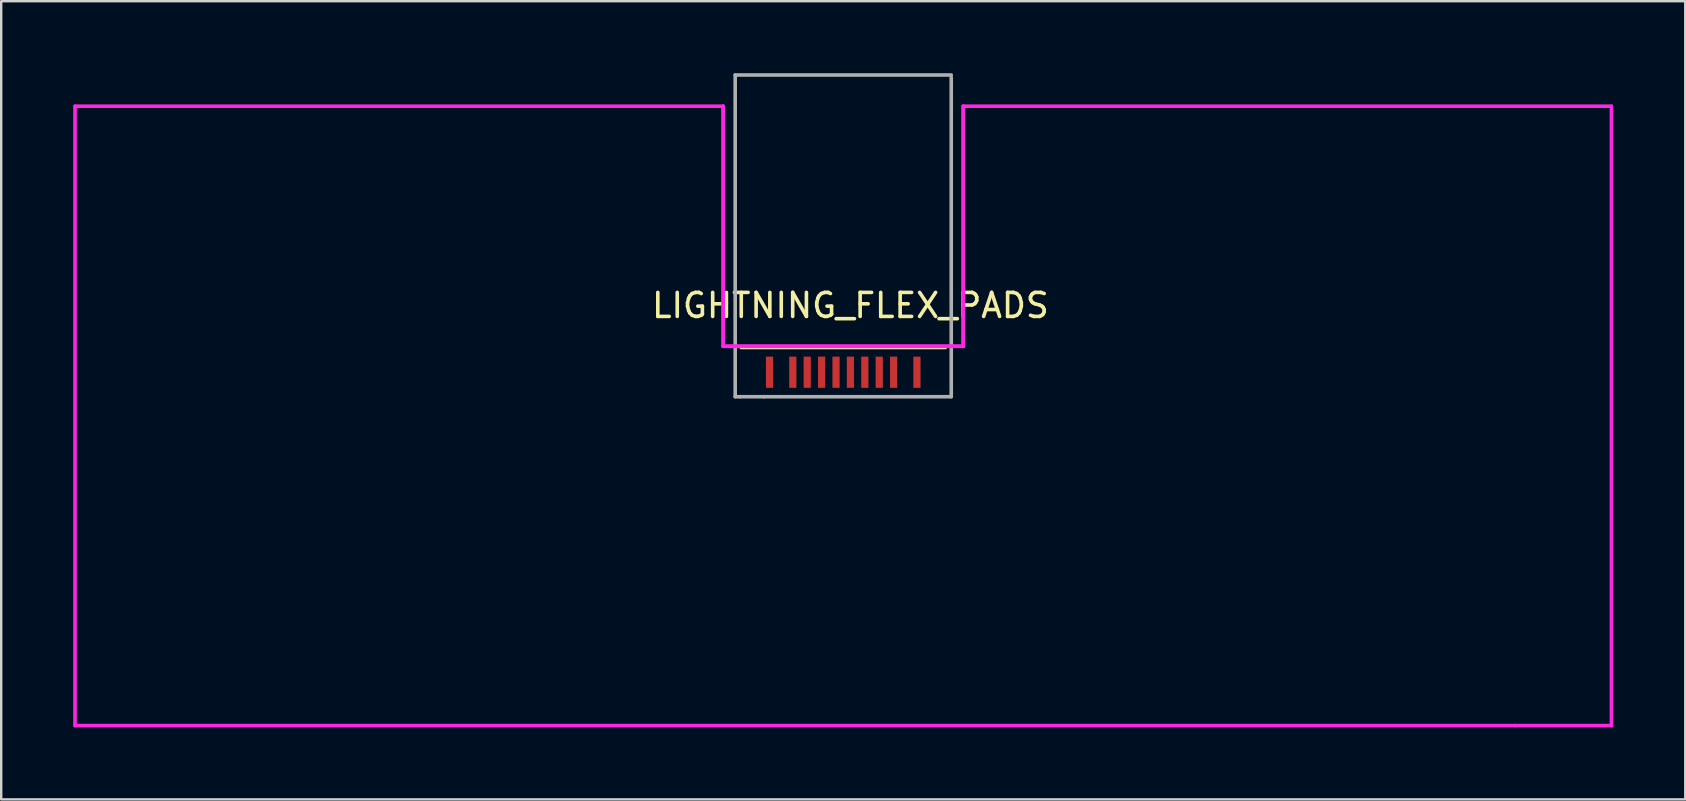
<source format=kicad_pcb>
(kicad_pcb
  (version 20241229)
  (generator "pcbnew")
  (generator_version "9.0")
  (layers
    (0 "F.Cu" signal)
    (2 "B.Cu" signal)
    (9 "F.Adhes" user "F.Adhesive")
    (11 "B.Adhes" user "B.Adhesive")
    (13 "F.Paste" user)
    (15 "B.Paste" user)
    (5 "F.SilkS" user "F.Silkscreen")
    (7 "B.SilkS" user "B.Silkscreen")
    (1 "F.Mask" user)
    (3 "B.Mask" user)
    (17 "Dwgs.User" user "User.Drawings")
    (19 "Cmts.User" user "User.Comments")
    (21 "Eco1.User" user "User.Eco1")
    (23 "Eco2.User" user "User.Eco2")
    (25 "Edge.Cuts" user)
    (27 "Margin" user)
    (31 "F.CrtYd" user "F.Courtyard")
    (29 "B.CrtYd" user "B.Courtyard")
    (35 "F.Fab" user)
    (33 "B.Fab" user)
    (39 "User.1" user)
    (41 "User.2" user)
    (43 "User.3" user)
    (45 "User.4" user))
  (footprint "LIGHTNING_FLEX_PADS"
    (layer "F.Cu")
    (at 32.075 9.175)
    (property "Reference" "LIGHTNING_FLEX_PADS" (at 0.3 0.5 0) (layer "F.SilkS") (effects (font (size 1 1) (thickness 0.15))))
    (attr through_hole)
    (fp_line (start 4.25 2.25) (end -4.25 2.25) (stroke (width 0.15) (type solid)) (layer "F.SilkS"))
    (fp_line (start -32 -7.8) (end -32 18) (stroke (width 0.15) (type solid)) (layer "F.CrtYd"))
    (fp_line (start -32 18) (end 28 18) (stroke (width 0.15) (type solid)) (layer "F.CrtYd"))
    (fp_line (start -5 -7.8) (end -32 -7.8) (stroke (width 0.15) (type solid)) (layer "F.CrtYd"))
    (fp_line (start -5 2.2) (end -5 -7.8) (stroke (width 0.15) (type solid)) (layer "F.CrtYd"))
    (fp_line (start -5 2.2) (end -5 -7.8) (stroke (width 0.15) (type solid)) (layer "F.CrtYd"))
    (fp_line (start 5 -7.8) (end 32 -7.8) (stroke (width 0.15) (type solid)) (layer "F.CrtYd"))
    (fp_line (start 5 2.2) (end -5 2.2) (stroke (width 0.15) (type solid)) (layer "F.CrtYd"))
    (fp_line (start 5 2.2) (end -5 2.2) (stroke (width 0.15) (type solid)) (layer "F.CrtYd"))
    (fp_line (start 5 2.2) (end 5 -7.8) (stroke (width 0.15) (type solid)) (layer "F.CrtYd"))
    (fp_line (start 5 2.2) (end 5 -7.8) (stroke (width 0.15) (type solid)) (layer "F.CrtYd"))
    (fp_line (start 28 18) (end 32 18) (stroke (width 0.15) (type solid)) (layer "F.CrtYd"))
    (fp_line (start 32 -7.8) (end 32 18) (stroke (width 0.15) (type solid)) (layer "F.CrtYd"))
    (fp_line (start -4.5 -9.1) (end 4.5 -9.1) (stroke (width 0.15) (type solid)) (layer "F.Fab"))
    (fp_line (start -4.5 4.3) (end -4.5 -9.1) (stroke (width 0.15) (type solid)) (layer "F.Fab"))
    (fp_line (start -4.3 4.3) (end -4.5 4.3) (stroke (width 0.15) (type solid)) (layer "F.Fab"))
    (fp_line (start -3.3 4.3) (end -4.3 4.3) (stroke (width 0.15) (type solid)) (layer "F.Fab"))
    (fp_line (start -3.3 4.3) (end 4.5 4.3) (stroke (width 0.15) (type solid)) (layer "F.Fab"))
    (fp_line (start 4.5 4.3) (end 4.5 -9) (stroke (width 0.15) (type solid)) (layer "F.Fab"))
    (pad "1" smd rect (at -3.07 3.28) (size 0.3 1.3) (layers "F.Cu" "F.Mask" "F.Paste"))
    (pad "2" smd rect (at -2.1 3.28) (size 0.3 1.3) (layers "F.Cu" "F.Mask" "F.Paste"))
    (pad "3" smd rect (at -1.5 3.28) (size 0.3 1.3) (layers "F.Cu" "F.Mask" "F.Paste"))
    (pad "4" smd rect (at -0.9 3.28) (size 0.3 1.3) (layers "F.Cu" "F.Mask" "F.Paste"))
    (pad "5" smd rect (at -0.3 3.28) (size 0.3 1.3) (layers "F.Cu" "F.Mask" "F.Paste"))
    (pad "6" smd rect (at 0.3 3.28) (size 0.3 1.3) (layers "F.Cu" "F.Mask" "F.Paste"))
    (pad "7" smd rect (at 0.9 3.28) (size 0.3 1.3) (layers "F.Cu" "F.Mask" "F.Paste"))
    (pad "8" smd rect (at 1.5 3.28) (size 0.3 1.3) (layers "F.Cu" "F.Mask" "F.Paste"))
    (pad "9" smd rect (at 2.1 3.28) (size 0.3 1.3) (layers "F.Cu" "F.Mask" "F.Paste"))
    (pad "10" smd rect (at 3.07 3.28) (size 0.3 1.3) (layers "F.Cu" "F.Mask" "F.Paste")))
  (gr_rect
    (start -3 -3)
    (end 67.15 30.25)
    (stroke (width 0.1) (type default))
    (fill no)
    (layer "Edge.Cuts")))
</source>
